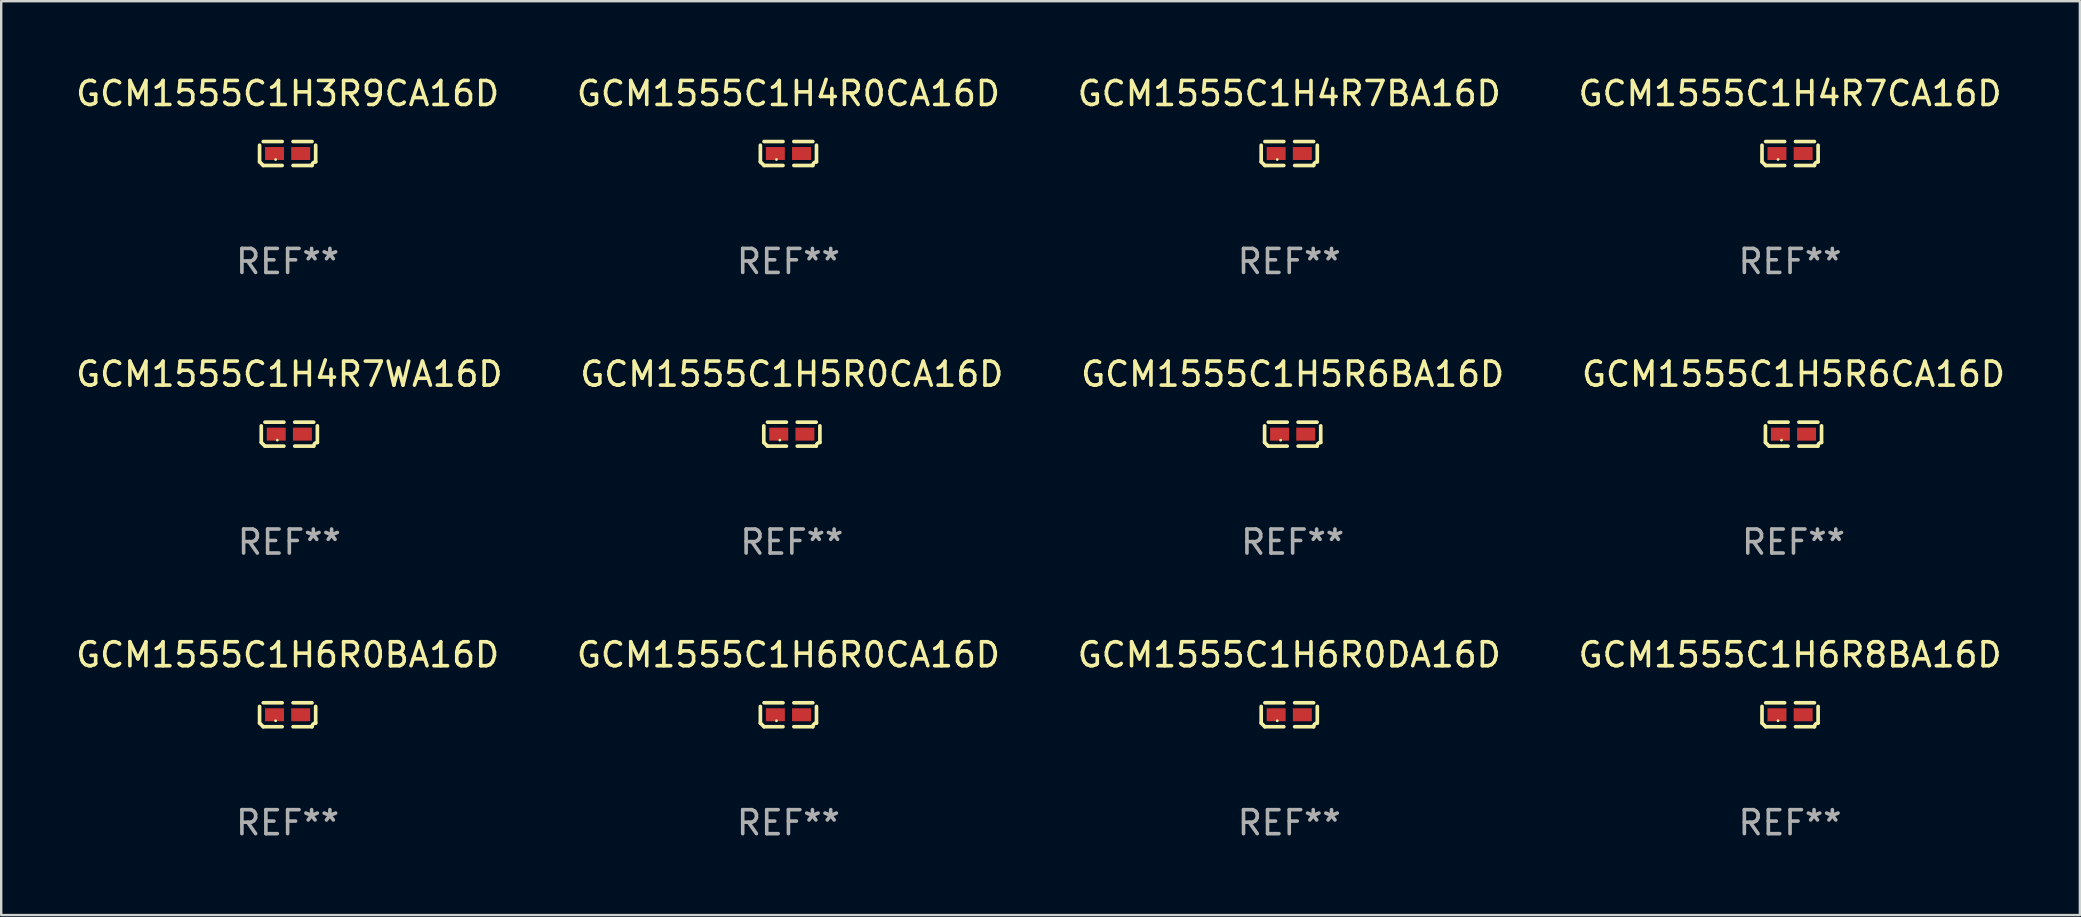
<source format=kicad_pcb>
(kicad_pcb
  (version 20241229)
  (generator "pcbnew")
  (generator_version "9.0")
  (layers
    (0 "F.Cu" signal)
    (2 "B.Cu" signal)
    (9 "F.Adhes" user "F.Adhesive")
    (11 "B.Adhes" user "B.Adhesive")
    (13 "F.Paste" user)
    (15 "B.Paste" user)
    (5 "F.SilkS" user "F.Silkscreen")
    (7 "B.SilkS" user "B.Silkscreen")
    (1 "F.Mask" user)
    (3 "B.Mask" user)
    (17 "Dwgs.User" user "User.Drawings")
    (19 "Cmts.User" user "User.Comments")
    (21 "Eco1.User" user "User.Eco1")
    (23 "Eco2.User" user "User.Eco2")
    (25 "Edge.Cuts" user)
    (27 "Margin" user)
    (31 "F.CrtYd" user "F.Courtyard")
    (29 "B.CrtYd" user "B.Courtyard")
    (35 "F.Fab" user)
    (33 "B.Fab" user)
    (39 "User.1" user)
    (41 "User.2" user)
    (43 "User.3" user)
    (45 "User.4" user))
  (footprint "GCM1555C1H4R7WA16D"
    (layer "F.Cu")
    (at 9.006 15.041)
    (property "Reference" "GCM1555C1H4R7WA16D" (at 0 -2.499 0) (layer "F.SilkS") (effects (font (size 1 1) (thickness 0.15))))
    (attr through_hole)
    (fp_line (start -1.169 0.346) (end -1.169 -0.346) (stroke (width 0.152) (type solid)) (layer "F.SilkS"))
    (fp_line (start -1.016 -0.499) (end -0.226 -0.499) (stroke (width 0.152) (type solid)) (layer "F.SilkS"))
    (fp_line (start -0.226 0.499) (end -1.016 0.499) (stroke (width 0.152) (type solid)) (layer "F.SilkS"))
    (fp_line (start 0.226 0.499) (end 1.016 0.499) (stroke (width 0.152) (type solid)) (layer "F.SilkS"))
    (fp_line (start 1.016 -0.499) (end 0.226 -0.499) (stroke (width 0.152) (type solid)) (layer "F.SilkS"))
    (fp_line (start 1.169 0.346) (end 1.169 -0.346) (stroke (width 0.152) (type solid)) (layer "F.SilkS"))
    (fp_arc (start -1.016307 0.498603) (mid -1.092512 0.422405) (end -1.16871 0.3462) (stroke (width 0.1524) (type solid)) (layer "F.SilkS"))
    (fp_arc (start 1.016307 0.498603) (mid 1.060899 0.390758) (end 1.168707 0.346076) (stroke (width 0.1524) (type solid)) (layer "F.SilkS"))
    (fp_circle (center -0.5 0.25) (end -0.47 0.25) (stroke (width 0.06) (type solid)) (fill no) (layer "F.SilkS"))
    (fp_text user "REF**" (at 0 4.499 0) (layer "F.Fab") (effects (font (size 1 1) (thickness 0.15))))
    (pad "1" smd rect (at -0.545 0) (size 0.79 0.54) (layers "F.Cu" "F.Mask" "F.Paste"))
    (pad "2" smd rect (at 0.545 0) (size 0.79 0.54) (layers "F.Cu" "F.Mask" "F.Paste")))
  (footprint "GCM1555C1H6R0CA16D"
    (layer "F.Cu")
    (at 29.804 26.734)
    (property "Reference" "GCM1555C1H6R0CA16D" (at 0 -2.499 0) (layer "F.SilkS") (effects (font (size 1 1) (thickness 0.15))))
    (attr through_hole)
    (fp_line (start -1.169 0.346) (end -1.169 -0.346) (stroke (width 0.152) (type solid)) (layer "F.SilkS"))
    (fp_line (start -1.016 -0.499) (end -0.226 -0.499) (stroke (width 0.152) (type solid)) (layer "F.SilkS"))
    (fp_line (start -0.226 0.499) (end -1.016 0.499) (stroke (width 0.152) (type solid)) (layer "F.SilkS"))
    (fp_line (start 0.226 0.499) (end 1.016 0.499) (stroke (width 0.152) (type solid)) (layer "F.SilkS"))
    (fp_line (start 1.016 -0.499) (end 0.226 -0.499) (stroke (width 0.152) (type solid)) (layer "F.SilkS"))
    (fp_line (start 1.169 0.346) (end 1.169 -0.346) (stroke (width 0.152) (type solid)) (layer "F.SilkS"))
    (fp_arc (start -1.016307 0.498603) (mid -1.092512 0.422405) (end -1.16871 0.3462) (stroke (width 0.1524) (type solid)) (layer "F.SilkS"))
    (fp_arc (start 1.016307 0.498603) (mid 1.060899 0.390758) (end 1.168707 0.346076) (stroke (width 0.1524) (type solid)) (layer "F.SilkS"))
    (fp_circle (center -0.5 0.25) (end -0.47 0.25) (stroke (width 0.06) (type solid)) (fill no) (layer "F.SilkS"))
    (fp_text user "REF**" (at 0 4.499 0) (layer "F.Fab") (effects (font (size 1 1) (thickness 0.15))))
    (pad "1" smd rect (at -0.545 0) (size 0.79 0.54) (layers "F.Cu" "F.Mask" "F.Paste"))
    (pad "2" smd rect (at 0.545 0) (size 0.79 0.54) (layers "F.Cu" "F.Mask" "F.Paste")))
  (footprint "GCM1555C1H4R7CA16D"
    (layer "F.Cu")
    (at 71.542 3.347)
    (property "Reference" "GCM1555C1H4R7CA16D" (at 0 -2.499 0) (layer "F.SilkS") (effects (font (size 1 1) (thickness 0.15))))
    (attr through_hole)
    (fp_line (start -1.169 0.346) (end -1.169 -0.346) (stroke (width 0.152) (type solid)) (layer "F.SilkS"))
    (fp_line (start -1.016 -0.499) (end -0.226 -0.499) (stroke (width 0.152) (type solid)) (layer "F.SilkS"))
    (fp_line (start -0.226 0.499) (end -1.016 0.499) (stroke (width 0.152) (type solid)) (layer "F.SilkS"))
    (fp_line (start 0.226 0.499) (end 1.016 0.499) (stroke (width 0.152) (type solid)) (layer "F.SilkS"))
    (fp_line (start 1.016 -0.499) (end 0.226 -0.499) (stroke (width 0.152) (type solid)) (layer "F.SilkS"))
    (fp_line (start 1.169 0.346) (end 1.169 -0.346) (stroke (width 0.152) (type solid)) (layer "F.SilkS"))
    (fp_arc (start -1.016307 0.498603) (mid -1.092512 0.422405) (end -1.16871 0.3462) (stroke (width 0.1524) (type solid)) (layer "F.SilkS"))
    (fp_arc (start 1.016307 0.498603) (mid 1.060899 0.390758) (end 1.168707 0.346076) (stroke (width 0.1524) (type solid)) (layer "F.SilkS"))
    (fp_circle (center -0.5 0.25) (end -0.47 0.25) (stroke (width 0.06) (type solid)) (fill no) (layer "F.SilkS"))
    (fp_text user "REF**" (at 0 4.499 0) (layer "F.Fab") (effects (font (size 1 1) (thickness 0.15))))
    (pad "1" smd rect (at -0.545 0) (size 0.79 0.54) (layers "F.Cu" "F.Mask" "F.Paste"))
    (pad "2" smd rect (at 0.545 0) (size 0.79 0.54) (layers "F.Cu" "F.Mask" "F.Paste")))
  (footprint "GCM1555C1H4R0CA16D"
    (layer "F.Cu")
    (at 29.804 3.347)
    (property "Reference" "GCM1555C1H4R0CA16D" (at 0 -2.499 0) (layer "F.SilkS") (effects (font (size 1 1) (thickness 0.15))))
    (attr through_hole)
    (fp_line (start -1.169 0.346) (end -1.169 -0.346) (stroke (width 0.152) (type solid)) (layer "F.SilkS"))
    (fp_line (start -1.016 -0.499) (end -0.226 -0.499) (stroke (width 0.152) (type solid)) (layer "F.SilkS"))
    (fp_line (start -0.226 0.499) (end -1.016 0.499) (stroke (width 0.152) (type solid)) (layer "F.SilkS"))
    (fp_line (start 0.226 0.499) (end 1.016 0.499) (stroke (width 0.152) (type solid)) (layer "F.SilkS"))
    (fp_line (start 1.016 -0.499) (end 0.226 -0.499) (stroke (width 0.152) (type solid)) (layer "F.SilkS"))
    (fp_line (start 1.169 0.346) (end 1.169 -0.346) (stroke (width 0.152) (type solid)) (layer "F.SilkS"))
    (fp_arc (start -1.016307 0.498603) (mid -1.092512 0.422405) (end -1.16871 0.3462) (stroke (width 0.1524) (type solid)) (layer "F.SilkS"))
    (fp_arc (start 1.016307 0.498603) (mid 1.060899 0.390758) (end 1.168707 0.346076) (stroke (width 0.1524) (type solid)) (layer "F.SilkS"))
    (fp_circle (center -0.5 0.25) (end -0.47 0.25) (stroke (width 0.06) (type solid)) (fill no) (layer "F.SilkS"))
    (fp_text user "REF**" (at 0 4.499 0) (layer "F.Fab") (effects (font (size 1 1) (thickness 0.15))))
    (pad "1" smd rect (at -0.545 0) (size 0.79 0.54) (layers "F.Cu" "F.Mask" "F.Paste"))
    (pad "2" smd rect (at 0.545 0) (size 0.79 0.54) (layers "F.Cu" "F.Mask" "F.Paste")))
  (footprint "GCM1555C1H3R9CA16D"
    (layer "F.Cu")
    (at 8.935 3.347)
    (property "Reference" "GCM1555C1H3R9CA16D" (at 0 -2.499 0) (layer "F.SilkS") (effects (font (size 1 1) (thickness 0.15))))
    (attr through_hole)
    (fp_line (start -1.169 0.346) (end -1.169 -0.346) (stroke (width 0.152) (type solid)) (layer "F.SilkS"))
    (fp_line (start -1.016 -0.499) (end -0.226 -0.499) (stroke (width 0.152) (type solid)) (layer "F.SilkS"))
    (fp_line (start -0.226 0.499) (end -1.016 0.499) (stroke (width 0.152) (type solid)) (layer "F.SilkS"))
    (fp_line (start 0.226 0.499) (end 1.016 0.499) (stroke (width 0.152) (type solid)) (layer "F.SilkS"))
    (fp_line (start 1.016 -0.499) (end 0.226 -0.499) (stroke (width 0.152) (type solid)) (layer "F.SilkS"))
    (fp_line (start 1.169 0.346) (end 1.169 -0.346) (stroke (width 0.152) (type solid)) (layer "F.SilkS"))
    (fp_arc (start -1.016307 0.498603) (mid -1.092512 0.422405) (end -1.16871 0.3462) (stroke (width 0.1524) (type solid)) (layer "F.SilkS"))
    (fp_arc (start 1.016307 0.498603) (mid 1.060899 0.390758) (end 1.168707 0.346076) (stroke (width 0.1524) (type solid)) (layer "F.SilkS"))
    (fp_circle (center -0.5 0.25) (end -0.47 0.25) (stroke (width 0.06) (type solid)) (fill no) (layer "F.SilkS"))
    (fp_text user "REF**" (at 0 4.499 0) (layer "F.Fab") (effects (font (size 1 1) (thickness 0.15))))
    (pad "1" smd rect (at -0.545 0) (size 0.79 0.54) (layers "F.Cu" "F.Mask" "F.Paste"))
    (pad "2" smd rect (at 0.545 0) (size 0.79 0.54) (layers "F.Cu" "F.Mask" "F.Paste")))
  (footprint "GCM1555C1H6R8BA16D"
    (layer "F.Cu")
    (at 71.542 26.734)
    (property "Reference" "GCM1555C1H6R8BA16D" (at 0 -2.499 0) (layer "F.SilkS") (effects (font (size 1 1) (thickness 0.15))))
    (attr through_hole)
    (fp_line (start -1.169 0.346) (end -1.169 -0.346) (stroke (width 0.152) (type solid)) (layer "F.SilkS"))
    (fp_line (start -1.016 -0.499) (end -0.226 -0.499) (stroke (width 0.152) (type solid)) (layer "F.SilkS"))
    (fp_line (start -0.226 0.499) (end -1.016 0.499) (stroke (width 0.152) (type solid)) (layer "F.SilkS"))
    (fp_line (start 0.226 0.499) (end 1.016 0.499) (stroke (width 0.152) (type solid)) (layer "F.SilkS"))
    (fp_line (start 1.016 -0.499) (end 0.226 -0.499) (stroke (width 0.152) (type solid)) (layer "F.SilkS"))
    (fp_line (start 1.169 0.346) (end 1.169 -0.346) (stroke (width 0.152) (type solid)) (layer "F.SilkS"))
    (fp_arc (start -1.016307 0.498603) (mid -1.092512 0.422405) (end -1.16871 0.3462) (stroke (width 0.1524) (type solid)) (layer "F.SilkS"))
    (fp_arc (start 1.016307 0.498603) (mid 1.060899 0.390758) (end 1.168707 0.346076) (stroke (width 0.1524) (type solid)) (layer "F.SilkS"))
    (fp_circle (center -0.5 0.25) (end -0.47 0.25) (stroke (width 0.06) (type solid)) (fill no) (layer "F.SilkS"))
    (fp_text user "REF**" (at 0 4.499 0) (layer "F.Fab") (effects (font (size 1 1) (thickness 0.15))))
    (pad "1" smd rect (at -0.545 0) (size 0.79 0.54) (layers "F.Cu" "F.Mask" "F.Paste"))
    (pad "2" smd rect (at 0.545 0) (size 0.79 0.54) (layers "F.Cu" "F.Mask" "F.Paste")))
  (footprint "GCM1555C1H4R7BA16D"
    (layer "F.Cu")
    (at 50.673 3.347)
    (property "Reference" "GCM1555C1H4R7BA16D" (at 0 -2.499 0) (layer "F.SilkS") (effects (font (size 1 1) (thickness 0.15))))
    (attr through_hole)
    (fp_line (start -1.169 0.346) (end -1.169 -0.346) (stroke (width 0.152) (type solid)) (layer "F.SilkS"))
    (fp_line (start -1.016 -0.499) (end -0.226 -0.499) (stroke (width 0.152) (type solid)) (layer "F.SilkS"))
    (fp_line (start -0.226 0.499) (end -1.016 0.499) (stroke (width 0.152) (type solid)) (layer "F.SilkS"))
    (fp_line (start 0.226 0.499) (end 1.016 0.499) (stroke (width 0.152) (type solid)) (layer "F.SilkS"))
    (fp_line (start 1.016 -0.499) (end 0.226 -0.499) (stroke (width 0.152) (type solid)) (layer "F.SilkS"))
    (fp_line (start 1.169 0.346) (end 1.169 -0.346) (stroke (width 0.152) (type solid)) (layer "F.SilkS"))
    (fp_arc (start -1.016307 0.498603) (mid -1.092512 0.422405) (end -1.16871 0.3462) (stroke (width 0.1524) (type solid)) (layer "F.SilkS"))
    (fp_arc (start 1.016307 0.498603) (mid 1.060899 0.390758) (end 1.168707 0.346076) (stroke (width 0.1524) (type solid)) (layer "F.SilkS"))
    (fp_circle (center -0.5 0.25) (end -0.47 0.25) (stroke (width 0.06) (type solid)) (fill no) (layer "F.SilkS"))
    (fp_text user "REF**" (at 0 4.499 0) (layer "F.Fab") (effects (font (size 1 1) (thickness 0.15))))
    (pad "1" smd rect (at -0.545 0) (size 0.79 0.54) (layers "F.Cu" "F.Mask" "F.Paste"))
    (pad "2" smd rect (at 0.545 0) (size 0.79 0.54) (layers "F.Cu" "F.Mask" "F.Paste")))
  (footprint "GCM1555C1H6R0BA16D"
    (layer "F.Cu")
    (at 8.935 26.734)
    (property "Reference" "GCM1555C1H6R0BA16D" (at 0 -2.499 0) (layer "F.SilkS") (effects (font (size 1 1) (thickness 0.15))))
    (attr through_hole)
    (fp_line (start -1.169 0.346) (end -1.169 -0.346) (stroke (width 0.152) (type solid)) (layer "F.SilkS"))
    (fp_line (start -1.016 -0.499) (end -0.226 -0.499) (stroke (width 0.152) (type solid)) (layer "F.SilkS"))
    (fp_line (start -0.226 0.499) (end -1.016 0.499) (stroke (width 0.152) (type solid)) (layer "F.SilkS"))
    (fp_line (start 0.226 0.499) (end 1.016 0.499) (stroke (width 0.152) (type solid)) (layer "F.SilkS"))
    (fp_line (start 1.016 -0.499) (end 0.226 -0.499) (stroke (width 0.152) (type solid)) (layer "F.SilkS"))
    (fp_line (start 1.169 0.346) (end 1.169 -0.346) (stroke (width 0.152) (type solid)) (layer "F.SilkS"))
    (fp_arc (start -1.016307 0.498603) (mid -1.092512 0.422405) (end -1.16871 0.3462) (stroke (width 0.1524) (type solid)) (layer "F.SilkS"))
    (fp_arc (start 1.016307 0.498603) (mid 1.060899 0.390758) (end 1.168707 0.346076) (stroke (width 0.1524) (type solid)) (layer "F.SilkS"))
    (fp_circle (center -0.5 0.25) (end -0.47 0.25) (stroke (width 0.06) (type solid)) (fill no) (layer "F.SilkS"))
    (fp_text user "REF**" (at 0 4.499 0) (layer "F.Fab") (effects (font (size 1 1) (thickness 0.15))))
    (pad "1" smd rect (at -0.545 0) (size 0.79 0.54) (layers "F.Cu" "F.Mask" "F.Paste"))
    (pad "2" smd rect (at 0.545 0) (size 0.79 0.54) (layers "F.Cu" "F.Mask" "F.Paste")))
  (footprint "GCM1555C1H6R0DA16D"
    (layer "F.Cu")
    (at 50.673 26.734)
    (property "Reference" "GCM1555C1H6R0DA16D" (at 0 -2.499 0) (layer "F.SilkS") (effects (font (size 1 1) (thickness 0.15))))
    (attr through_hole)
    (fp_line (start -1.169 0.346) (end -1.169 -0.346) (stroke (width 0.152) (type solid)) (layer "F.SilkS"))
    (fp_line (start -1.016 -0.499) (end -0.226 -0.499) (stroke (width 0.152) (type solid)) (layer "F.SilkS"))
    (fp_line (start -0.226 0.499) (end -1.016 0.499) (stroke (width 0.152) (type solid)) (layer "F.SilkS"))
    (fp_line (start 0.226 0.499) (end 1.016 0.499) (stroke (width 0.152) (type solid)) (layer "F.SilkS"))
    (fp_line (start 1.016 -0.499) (end 0.226 -0.499) (stroke (width 0.152) (type solid)) (layer "F.SilkS"))
    (fp_line (start 1.169 0.346) (end 1.169 -0.346) (stroke (width 0.152) (type solid)) (layer "F.SilkS"))
    (fp_arc (start -1.016307 0.498603) (mid -1.092512 0.422405) (end -1.16871 0.3462) (stroke (width 0.1524) (type solid)) (layer "F.SilkS"))
    (fp_arc (start 1.016307 0.498603) (mid 1.060899 0.390758) (end 1.168707 0.346076) (stroke (width 0.1524) (type solid)) (layer "F.SilkS"))
    (fp_circle (center -0.5 0.25) (end -0.47 0.25) (stroke (width 0.06) (type solid)) (fill no) (layer "F.SilkS"))
    (fp_text user "REF**" (at 0 4.499 0) (layer "F.Fab") (effects (font (size 1 1) (thickness 0.15))))
    (pad "1" smd rect (at -0.545 0) (size 0.79 0.54) (layers "F.Cu" "F.Mask" "F.Paste"))
    (pad "2" smd rect (at 0.545 0) (size 0.79 0.54) (layers "F.Cu" "F.Mask" "F.Paste")))
  (footprint "GCM1555C1H5R6CA16D"
    (layer "F.Cu")
    (at 71.685 15.041)
    (property "Reference" "GCM1555C1H5R6CA16D" (at 0 -2.499 0) (layer "F.SilkS") (effects (font (size 1 1) (thickness 0.15))))
    (attr through_hole)
    (fp_line (start -1.169 0.346) (end -1.169 -0.346) (stroke (width 0.152) (type solid)) (layer "F.SilkS"))
    (fp_line (start -1.016 -0.499) (end -0.226 -0.499) (stroke (width 0.152) (type solid)) (layer "F.SilkS"))
    (fp_line (start -0.226 0.499) (end -1.016 0.499) (stroke (width 0.152) (type solid)) (layer "F.SilkS"))
    (fp_line (start 0.226 0.499) (end 1.016 0.499) (stroke (width 0.152) (type solid)) (layer "F.SilkS"))
    (fp_line (start 1.016 -0.499) (end 0.226 -0.499) (stroke (width 0.152) (type solid)) (layer "F.SilkS"))
    (fp_line (start 1.169 0.346) (end 1.169 -0.346) (stroke (width 0.152) (type solid)) (layer "F.SilkS"))
    (fp_arc (start -1.016307 0.498603) (mid -1.092512 0.422405) (end -1.16871 0.3462) (stroke (width 0.1524) (type solid)) (layer "F.SilkS"))
    (fp_arc (start 1.016307 0.498603) (mid 1.060899 0.390758) (end 1.168707 0.346076) (stroke (width 0.1524) (type solid)) (layer "F.SilkS"))
    (fp_circle (center -0.5 0.25) (end -0.47 0.25) (stroke (width 0.06) (type solid)) (fill no) (layer "F.SilkS"))
    (fp_text user "REF**" (at 0 4.499 0) (layer "F.Fab") (effects (font (size 1 1) (thickness 0.15))))
    (pad "1" smd rect (at -0.545 0) (size 0.79 0.54) (layers "F.Cu" "F.Mask" "F.Paste"))
    (pad "2" smd rect (at 0.545 0) (size 0.79 0.54) (layers "F.Cu" "F.Mask" "F.Paste")))
  (footprint "GCM1555C1H5R0CA16D"
    (layer "F.Cu")
    (at 29.946 15.041)
    (property "Reference" "GCM1555C1H5R0CA16D" (at 0 -2.499 0) (layer "F.SilkS") (effects (font (size 1 1) (thickness 0.15))))
    (attr through_hole)
    (fp_line (start -1.169 0.346) (end -1.169 -0.346) (stroke (width 0.152) (type solid)) (layer "F.SilkS"))
    (fp_line (start -1.016 -0.499) (end -0.226 -0.499) (stroke (width 0.152) (type solid)) (layer "F.SilkS"))
    (fp_line (start -0.226 0.499) (end -1.016 0.499) (stroke (width 0.152) (type solid)) (layer "F.SilkS"))
    (fp_line (start 0.226 0.499) (end 1.016 0.499) (stroke (width 0.152) (type solid)) (layer "F.SilkS"))
    (fp_line (start 1.016 -0.499) (end 0.226 -0.499) (stroke (width 0.152) (type solid)) (layer "F.SilkS"))
    (fp_line (start 1.169 0.346) (end 1.169 -0.346) (stroke (width 0.152) (type solid)) (layer "F.SilkS"))
    (fp_arc (start -1.016307 0.498603) (mid -1.092512 0.422405) (end -1.16871 0.3462) (stroke (width 0.1524) (type solid)) (layer "F.SilkS"))
    (fp_arc (start 1.016307 0.498603) (mid 1.060899 0.390758) (end 1.168707 0.346076) (stroke (width 0.1524) (type solid)) (layer "F.SilkS"))
    (fp_circle (center -0.5 0.25) (end -0.47 0.25) (stroke (width 0.06) (type solid)) (fill no) (layer "F.SilkS"))
    (fp_text user "REF**" (at 0 4.499 0) (layer "F.Fab") (effects (font (size 1 1) (thickness 0.15))))
    (pad "1" smd rect (at -0.545 0) (size 0.79 0.54) (layers "F.Cu" "F.Mask" "F.Paste"))
    (pad "2" smd rect (at 0.545 0) (size 0.79 0.54) (layers "F.Cu" "F.Mask" "F.Paste")))
  (footprint "GCM1555C1H5R6BA16D"
    (layer "F.Cu")
    (at 50.815 15.041)
    (property "Reference" "GCM1555C1H5R6BA16D" (at 0 -2.499 0) (layer "F.SilkS") (effects (font (size 1 1) (thickness 0.15))))
    (attr through_hole)
    (fp_line (start -1.169 0.346) (end -1.169 -0.346) (stroke (width 0.152) (type solid)) (layer "F.SilkS"))
    (fp_line (start -1.016 -0.499) (end -0.226 -0.499) (stroke (width 0.152) (type solid)) (layer "F.SilkS"))
    (fp_line (start -0.226 0.499) (end -1.016 0.499) (stroke (width 0.152) (type solid)) (layer "F.SilkS"))
    (fp_line (start 0.226 0.499) (end 1.016 0.499) (stroke (width 0.152) (type solid)) (layer "F.SilkS"))
    (fp_line (start 1.016 -0.499) (end 0.226 -0.499) (stroke (width 0.152) (type solid)) (layer "F.SilkS"))
    (fp_line (start 1.169 0.346) (end 1.169 -0.346) (stroke (width 0.152) (type solid)) (layer "F.SilkS"))
    (fp_arc (start -1.016307 0.498603) (mid -1.092512 0.422405) (end -1.16871 0.3462) (stroke (width 0.1524) (type solid)) (layer "F.SilkS"))
    (fp_arc (start 1.016307 0.498603) (mid 1.060899 0.390758) (end 1.168707 0.346076) (stroke (width 0.1524) (type solid)) (layer "F.SilkS"))
    (fp_circle (center -0.5 0.25) (end -0.47 0.25) (stroke (width 0.06) (type solid)) (fill no) (layer "F.SilkS"))
    (fp_text user "REF**" (at 0 4.499 0) (layer "F.Fab") (effects (font (size 1 1) (thickness 0.15))))
    (pad "1" smd rect (at -0.545 0) (size 0.79 0.54) (layers "F.Cu" "F.Mask" "F.Paste"))
    (pad "2" smd rect (at 0.545 0) (size 0.79 0.54) (layers "F.Cu" "F.Mask" "F.Paste")))
  (gr_rect
    (start -3 -3)
    (end 83.619 35.081)
    (stroke (width 0.1) (type default))
    (fill no)
    (layer "Edge.Cuts")))
</source>
